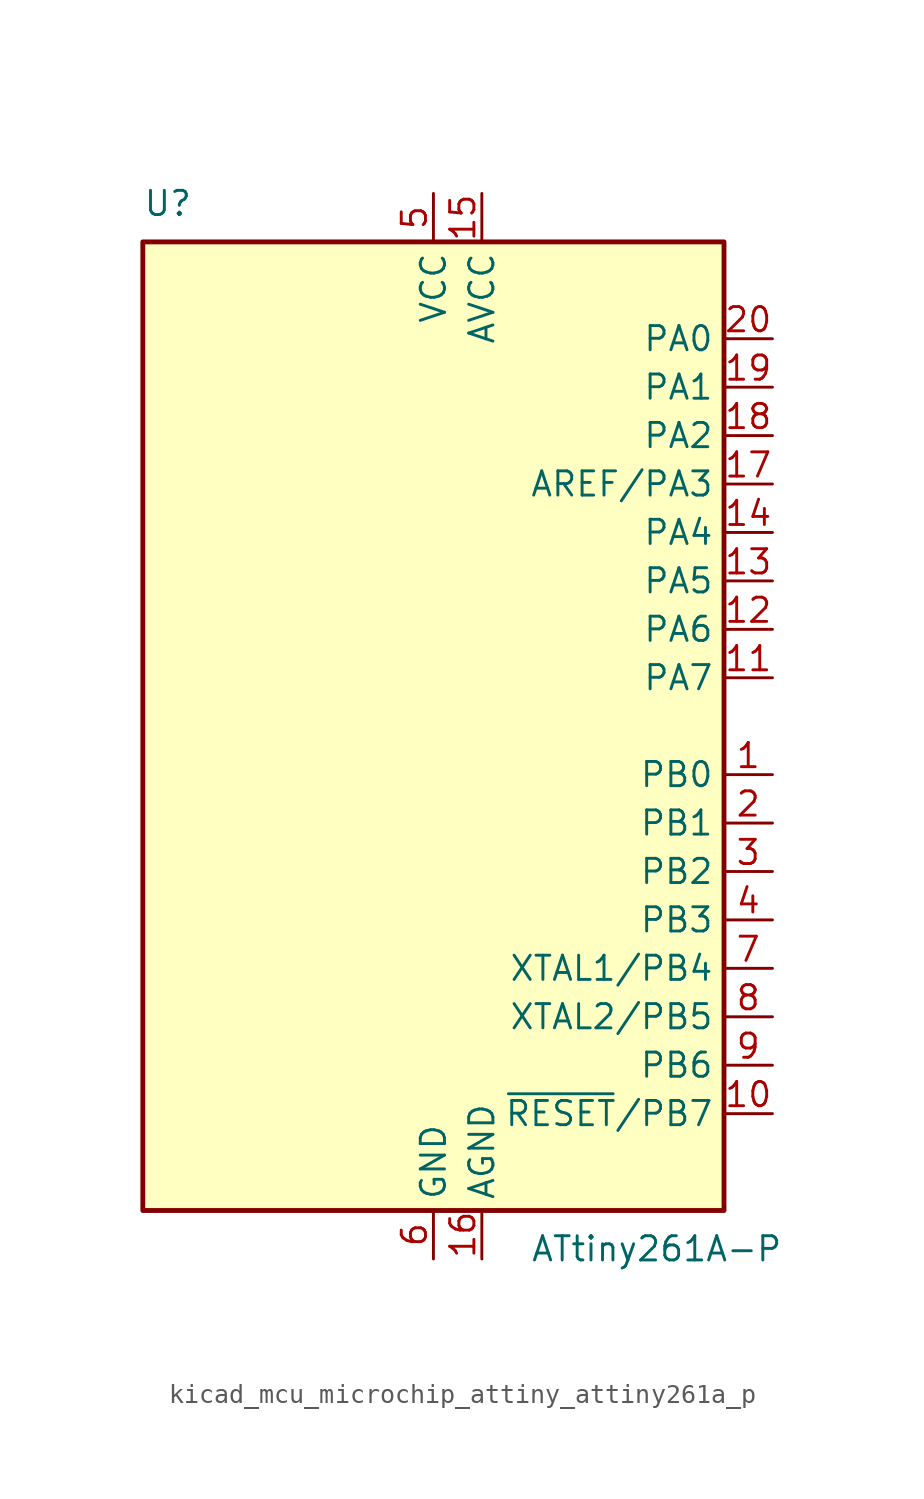
<source format=kicad_sym>
(kicad_symbol_lib
  (version 20220914)
  (generator kicad_symbol_editor)
  (symbol "kicad_mcu_microchip_attiny_attiny261a_p"
    (property "Reference" "U"
      (at -15.24 26.67 0)
      (effects (font (size 1.27 1.27)) (justify left bottom)))
    (property "Value" "ATtiny261A-P"
      (at 5.08 -26.67 0)
      (effects (font (size 1.27 1.27)) (justify left top)))
    (symbol "kicad_mcu_microchip_attiny_attiny261a_p_0_1"
      (rectangle (start -15.24 -25.4) (end 15.24 25.4) (stroke (width 0.254) (type default)) (fill (type background))))
    (symbol "kicad_mcu_microchip_attiny_attiny261a_p_1_1"
      (pin bidirectional line (at 17.78 -2.54 180) (length 2.54) (name "PB0" (effects (font (size 1.27 1.27)))) (number "1" (effects (font (size 1.27 1.27)))))
      (pin bidirectional line (at 17.78 -20.32 180) (length 2.54) (name "~{RESET}/PB7" (effects (font (size 1.27 1.27)))) (number "10" (effects (font (size 1.27 1.27)))))
      (pin bidirectional line (at 17.78 2.54 180) (length 2.54) (name "PA7" (effects (font (size 1.27 1.27)))) (number "11" (effects (font (size 1.27 1.27)))))
      (pin bidirectional line (at 17.78 5.08 180) (length 2.54) (name "PA6" (effects (font (size 1.27 1.27)))) (number "12" (effects (font (size 1.27 1.27)))))
      (pin bidirectional line (at 17.78 7.62 180) (length 2.54) (name "PA5" (effects (font (size 1.27 1.27)))) (number "13" (effects (font (size 1.27 1.27)))))
      (pin bidirectional line (at 17.78 10.16 180) (length 2.54) (name "PA4" (effects (font (size 1.27 1.27)))) (number "14" (effects (font (size 1.27 1.27)))))
      (pin power_in line (at 2.54 27.94 270) (length 2.54) (name "AVCC" (effects (font (size 1.27 1.27)))) (number "15" (effects (font (size 1.27 1.27)))))
      (pin power_in line (at 2.54 -27.94 90) (length 2.54) (name "AGND" (effects (font (size 1.27 1.27)))) (number "16" (effects (font (size 1.27 1.27)))))
      (pin bidirectional line (at 17.78 12.7 180) (length 2.54) (name "AREF/PA3" (effects (font (size 1.27 1.27)))) (number "17" (effects (font (size 1.27 1.27)))))
      (pin bidirectional line (at 17.78 15.24 180) (length 2.54) (name "PA2" (effects (font (size 1.27 1.27)))) (number "18" (effects (font (size 1.27 1.27)))))
      (pin bidirectional line (at 17.78 17.78 180) (length 2.54) (name "PA1" (effects (font (size 1.27 1.27)))) (number "19" (effects (font (size 1.27 1.27)))))
      (pin bidirectional line (at 17.78 -5.08 180) (length 2.54) (name "PB1" (effects (font (size 1.27 1.27)))) (number "2" (effects (font (size 1.27 1.27)))))
      (pin bidirectional line (at 17.78 20.32 180) (length 2.54) (name "PA0" (effects (font (size 1.27 1.27)))) (number "20" (effects (font (size 1.27 1.27)))))
      (pin bidirectional line (at 17.78 -7.62 180) (length 2.54) (name "PB2" (effects (font (size 1.27 1.27)))) (number "3" (effects (font (size 1.27 1.27)))))
      (pin bidirectional line (at 17.78 -10.16 180) (length 2.54) (name "PB3" (effects (font (size 1.27 1.27)))) (number "4" (effects (font (size 1.27 1.27)))))
      (pin power_in line (at 0 27.94 270) (length 2.54) (name "VCC" (effects (font (size 1.27 1.27)))) (number "5" (effects (font (size 1.27 1.27)))))
      (pin power_in line (at 0 -27.94 90) (length 2.54) (name "GND" (effects (font (size 1.27 1.27)))) (number "6" (effects (font (size 1.27 1.27)))))
      (pin bidirectional line (at 17.78 -12.7 180) (length 2.54) (name "XTAL1/PB4" (effects (font (size 1.27 1.27)))) (number "7" (effects (font (size 1.27 1.27)))))
      (pin bidirectional line (at 17.78 -15.24 180) (length 2.54) (name "XTAL2/PB5" (effects (font (size 1.27 1.27)))) (number "8" (effects (font (size 1.27 1.27)))))
      (pin bidirectional line (at 17.78 -17.78 180) (length 2.54) (name "PB6" (effects (font (size 1.27 1.27)))) (number "9" (effects (font (size 1.27 1.27))))))))
</source>
